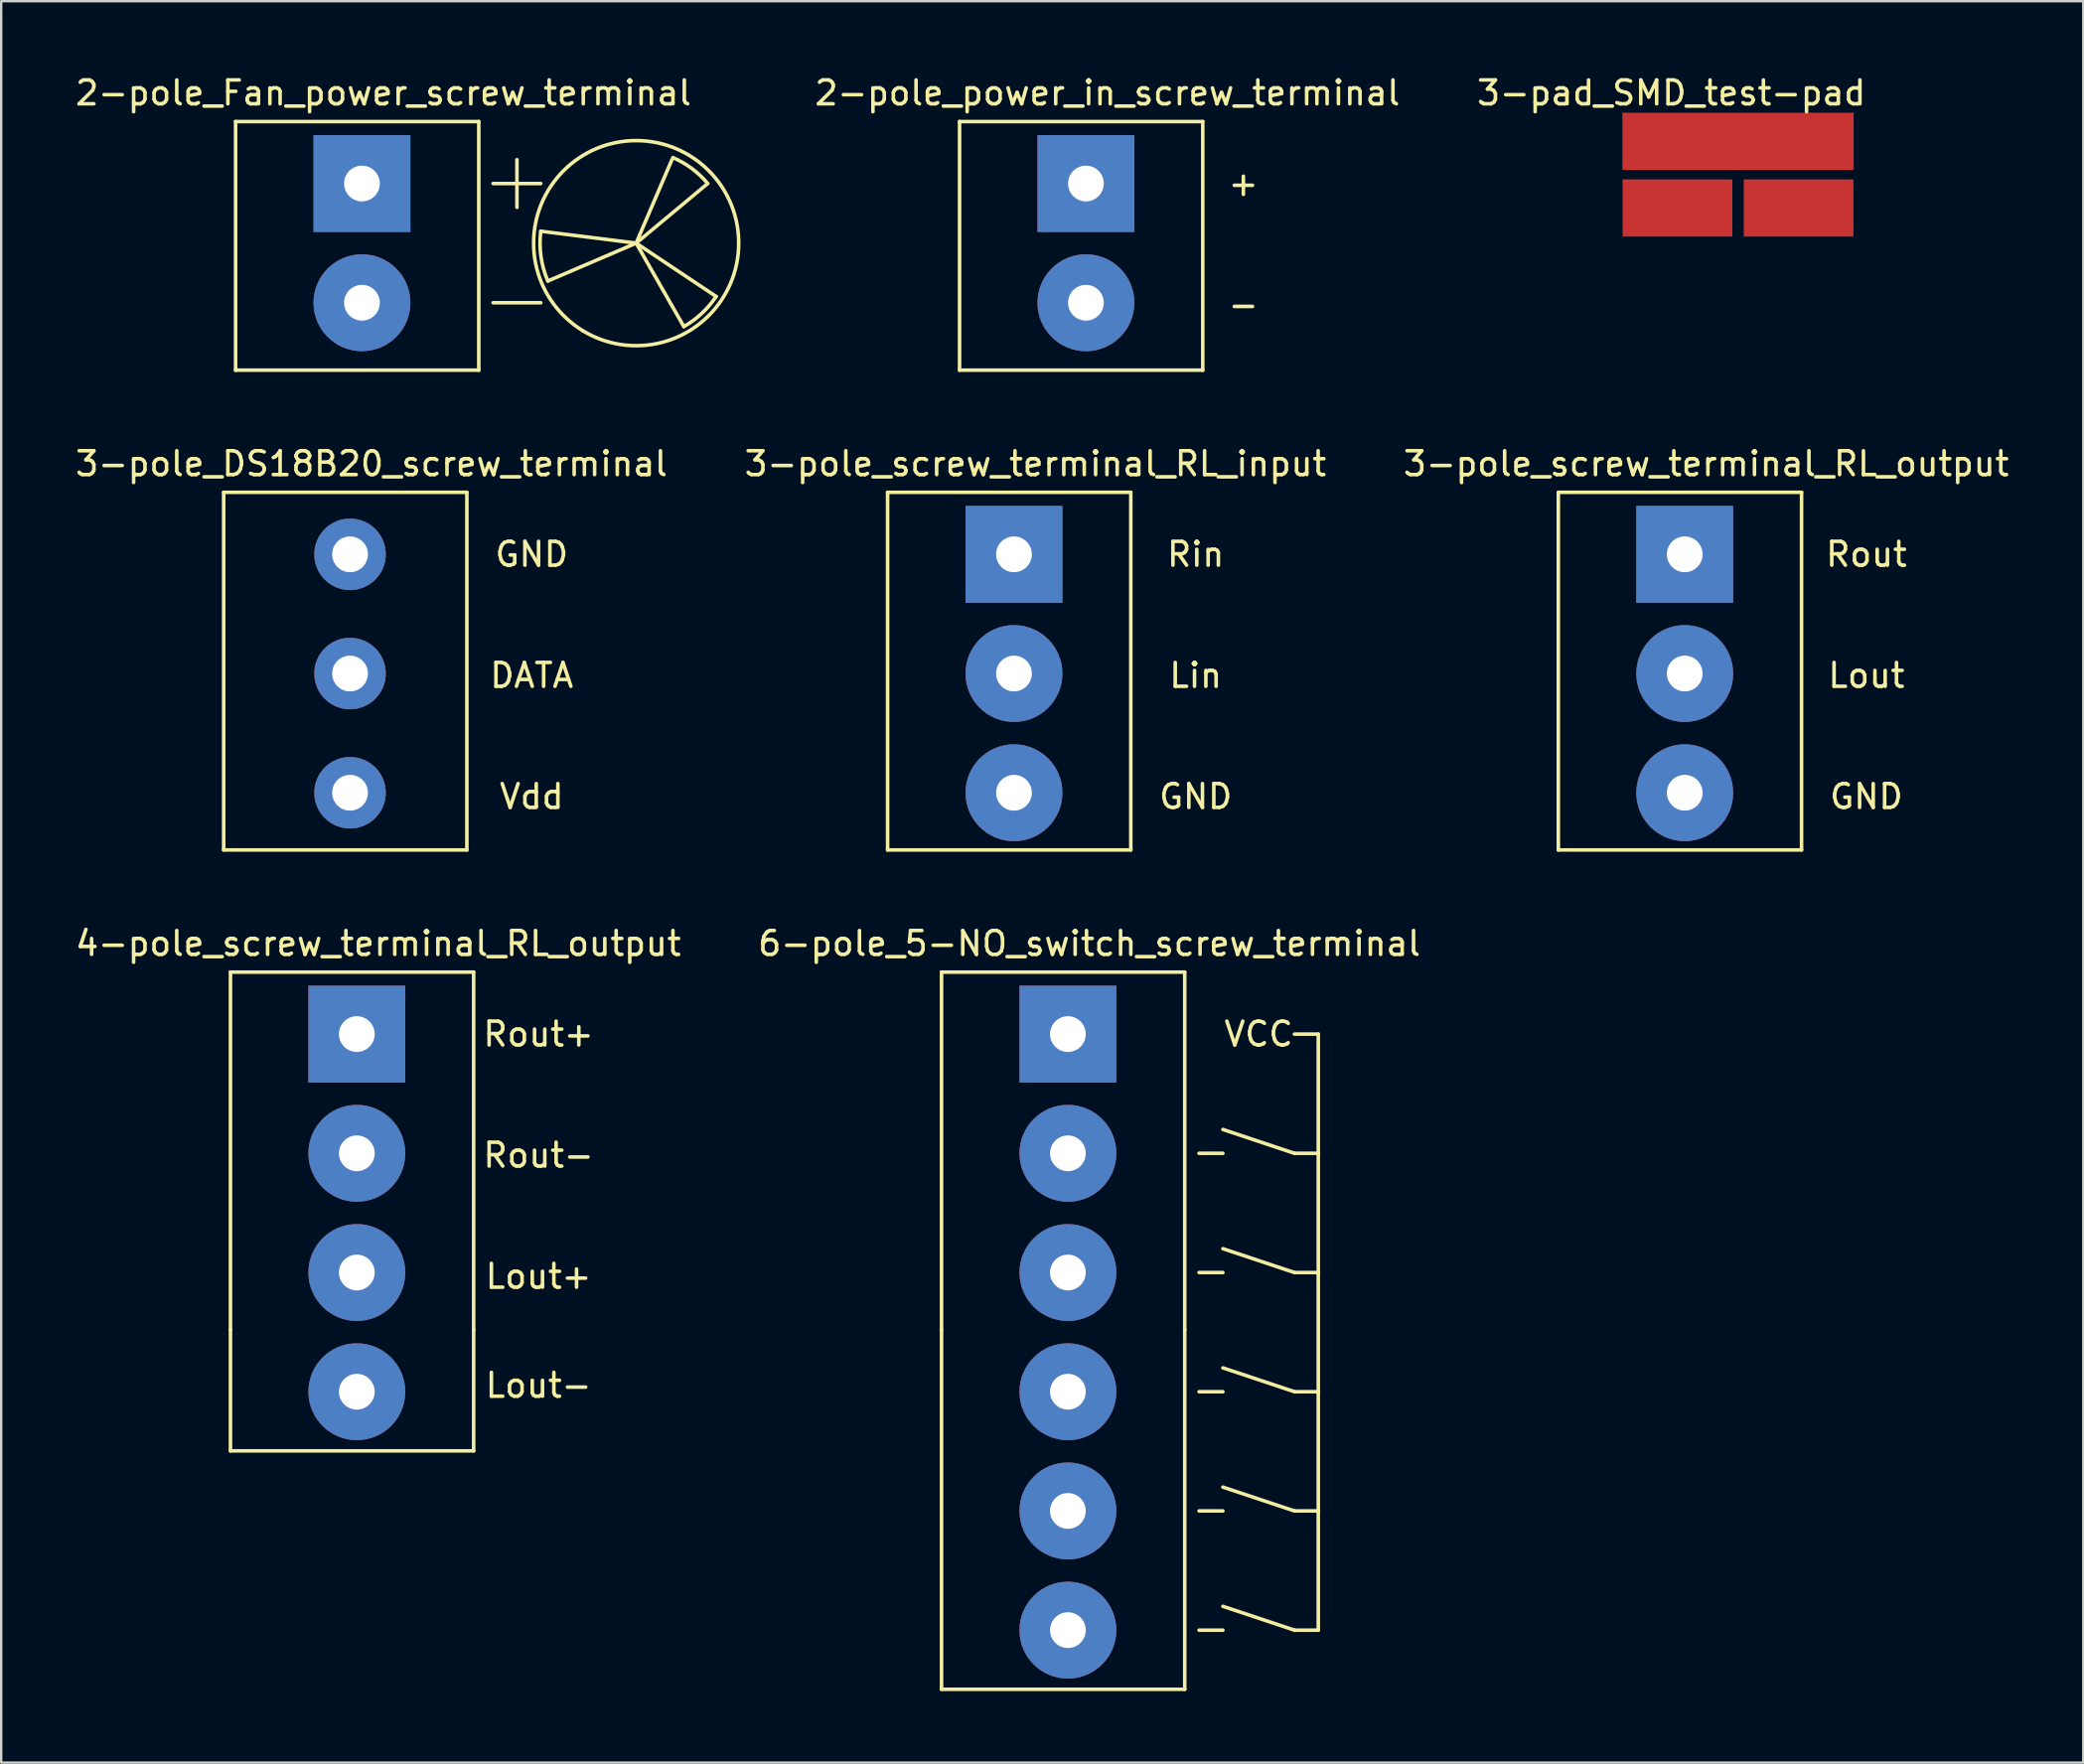
<source format=kicad_pcb>
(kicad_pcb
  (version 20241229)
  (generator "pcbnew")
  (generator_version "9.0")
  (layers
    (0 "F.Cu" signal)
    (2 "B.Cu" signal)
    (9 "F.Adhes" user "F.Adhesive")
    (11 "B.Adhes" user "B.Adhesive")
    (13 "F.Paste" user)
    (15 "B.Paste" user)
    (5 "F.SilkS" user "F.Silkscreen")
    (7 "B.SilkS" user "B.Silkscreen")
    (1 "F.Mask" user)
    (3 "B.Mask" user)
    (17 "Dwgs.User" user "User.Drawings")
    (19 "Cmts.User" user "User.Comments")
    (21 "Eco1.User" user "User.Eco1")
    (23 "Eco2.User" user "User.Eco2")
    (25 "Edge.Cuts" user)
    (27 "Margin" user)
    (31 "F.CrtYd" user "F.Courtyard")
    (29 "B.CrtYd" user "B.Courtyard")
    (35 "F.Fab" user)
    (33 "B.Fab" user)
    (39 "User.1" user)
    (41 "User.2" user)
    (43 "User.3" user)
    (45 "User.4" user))
  (footprint "2-pole_Fan_power_screw_terminal"
    (layer "F.Cu")
    (at 12.13 4.648)
    (property "Reference" "2-pole_Fan_power_screw_terminal" (at 0.9 -3.8 0) (layer "F.SilkS") (effects (font (size 1 1) (thickness 0.15))))
    (attr through_hole)
    (fp_line (start -5.3 -2.6) (end -5.3 7.828) (stroke (width 0.15) (type solid)) (layer "F.SilkS"))
    (fp_line (start -5.3 -2.6) (end 4.9 -2.6) (stroke (width 0.15) (type solid)) (layer "F.SilkS"))
    (fp_line (start 4.9 -2.6) (end 4.9 7.828) (stroke (width 0.15) (type solid)) (layer "F.SilkS"))
    (fp_line (start 4.9 7.828) (end -5.3 7.828) (stroke (width 0.15) (type solid)) (layer "F.SilkS"))
    (fp_line (start 5.5 0) (end 7.5 0) (stroke (width 0.15) (type solid)) (layer "F.SilkS"))
    (fp_line (start 5.5 5) (end 7.5 5) (stroke (width 0.15) (type solid)) (layer "F.SilkS"))
    (fp_line (start 6.5 1) (end 6.5 -1) (stroke (width 0.15) (type solid)) (layer "F.SilkS"))
    (fp_line (start 11.5 2.5) (end 7.5 2) (stroke (width 0.15) (type solid)) (layer "F.SilkS"))
    (fp_line (start 11.5 2.5) (end 7.795 4.088) (stroke (width 0.15) (type solid)) (layer "F.SilkS"))
    (fp_line (start 11.5 2.5) (end 13.5 6) (stroke (width 0.15) (type solid)) (layer "F.SilkS"))
    (fp_line (start 11.5 2.5) (end 14.5 0) (stroke (width 0.15) (type solid)) (layer "F.SilkS"))
    (fp_line (start 11.5 2.5) (end 14.854 4.736) (stroke (width 0.15) (type solid)) (layer "F.SilkS"))
    (fp_line (start 13 -1) (end 11.5 2.5) (stroke (width 0.15) (type solid)) (layer "F.SilkS"))
    (fp_arc (start 7.794809 4.08794) (mid 7.508464 3.063588) (end 7.500001 2.000001) (stroke (width 0.15) (type solid)) (layer "F.SilkS"))
    (fp_arc (start 13.038304 -1.089375) (mid 13.83361 -0.631175) (end 14.499999 0.000001) (stroke (width 0.15) (type solid)) (layer "F.SilkS"))
    (fp_arc (start 14.854101 4.736068) (mid 14.250632 5.446865) (end 13.499999 5.999999) (stroke (width 0.15) (type solid)) (layer "F.SilkS"))
    (fp_circle (center 11.5 2.5) (end 8 0) (stroke (width 0.15) (type solid)) (fill no) (layer "F.SilkS"))
    (pad "1" thru_hole rect (at 0 0) (size 4.064 4.064) (drill 1.5) (layers "*.Cu" "*.Mask"))
    (pad "2" thru_hole circle (at 0 5) (size 4.064 4.064) (drill 1.5) (layers "*.Cu" "*.Mask")))
  (footprint "2-pole_power_in_screw_terminal"
    (layer "F.Cu")
    (at 42.493 4.648)
    (property "Reference" "2-pole_power_in_screw_terminal" (at 0.9 -3.8 0) (layer "F.SilkS") (effects (font (size 1 1) (thickness 0.15))))
    (attr through_hole)
    (fp_line (start -5.3 -2.6) (end -5.3 7.828) (stroke (width 0.15) (type solid)) (layer "F.SilkS"))
    (fp_line (start -5.3 -2.6) (end 4.9 -2.6) (stroke (width 0.15) (type solid)) (layer "F.SilkS"))
    (fp_line (start 4.9 -2.6) (end 4.9 7.828) (stroke (width 0.15) (type solid)) (layer "F.SilkS"))
    (fp_line (start 4.9 7.828) (end -5.3 7.828) (stroke (width 0.15) (type solid)) (layer "F.SilkS"))
    (fp_text user "-" (at 6.604 5.08 0) (layer "F.SilkS") (effects (font (size 1 1) (thickness 0.15))))
    (fp_text user "+" (at 6.604 0 0) (layer "F.SilkS") (effects (font (size 1 1) (thickness 0.15))))
    (pad "1" thru_hole rect (at 0 0) (size 4.064 4.064) (drill 1.5) (layers "*.Cu" "*.Mask"))
    (pad "2" thru_hole circle (at 0 5) (size 4.064 4.064) (drill 1.5) (layers "*.Cu" "*.Mask")))
  (footprint "3-pole_DS18B20_screw_terminal"
    (layer "F.Cu")
    (at 11.63 20.2)
    (property "Reference" "3-pole_DS18B20_screw_terminal" (at 0.9 -3.8 0) (layer "F.SilkS") (effects (font (size 1 1) (thickness 0.15))))
    (attr through_hole)
    (fp_line (start -5.3 -2.6) (end 4.9 -2.6) (stroke (width 0.15) (type solid)) (layer "F.SilkS"))
    (fp_line (start -5.3 12.4) (end -5.3 -2.6) (stroke (width 0.15) (type solid)) (layer "F.SilkS"))
    (fp_line (start 4.9 -2.6) (end 4.9 12.4) (stroke (width 0.15) (type solid)) (layer "F.SilkS"))
    (fp_line (start 4.9 12.4) (end -5.3 12.4) (stroke (width 0.15) (type solid)) (layer "F.SilkS"))
    (fp_text user "Vdd" (at 7.62 10.16 0) (layer "F.SilkS") (effects (font (size 1 1) (thickness 0.15))))
    (fp_text user "DATA" (at 7.62 5.08 0) (layer "F.SilkS") (effects (font (size 1 1) (thickness 0.15))))
    (fp_text user "GND" (at 7.62 0 0) (layer "F.SilkS") (effects (font (size 1 1) (thickness 0.15))))
    (pad "1" thru_hole circle (at 0 0) (size 3 3) (drill 1.5) (layers "*.Cu" "*.Mask"))
    (pad "2" thru_hole circle (at 0 5) (size 3 3) (drill 1.5) (layers "*.Cu" "*.Mask"))
    (pad "3" thru_hole circle (at 0 10) (size 3 3) (drill 1.5) (layers "*.Cu" "*.Mask")))
  (footprint "6-pole_5-NO_switch_screw_terminal"
    (layer "F.Cu")
    (at 41.737 40.323)
    (property "Reference" "6-pole_5-NO_switch_screw_terminal" (at 0.9 -3.8 0) (layer "F.SilkS") (effects (font (size 1 1) (thickness 0.15))))
    (attr through_hole)
    (fp_line (start -5.3 -2.6) (end 4.9 -2.6) (stroke (width 0.15) (type solid)) (layer "F.SilkS"))
    (fp_line (start -5.3 12.4) (end -5.3 -2.6) (stroke (width 0.15) (type solid)) (layer "F.SilkS"))
    (fp_line (start -5.3 12.4) (end -5.3 27.48) (stroke (width 0.15) (type solid)) (layer "F.SilkS"))
    (fp_line (start 4.9 -2.6) (end 4.9 12.4) (stroke (width 0.15) (type solid)) (layer "F.SilkS"))
    (fp_line (start 4.9 27.48) (end -5.3 27.48) (stroke (width 0.15) (type solid)) (layer "F.SilkS"))
    (fp_line (start 4.9 27.48) (end 4.9 12.4) (stroke (width 0.15) (type solid)) (layer "F.SilkS"))
    (fp_line (start 5.5 5) (end 6.5 5) (stroke (width 0.15) (type solid)) (layer "F.SilkS"))
    (fp_line (start 5.5 10) (end 6.5 10) (stroke (width 0.15) (type solid)) (layer "F.SilkS"))
    (fp_line (start 5.5 15) (end 6.5 15) (stroke (width 0.15) (type solid)) (layer "F.SilkS"))
    (fp_line (start 5.5 20) (end 6.5 20) (stroke (width 0.15) (type solid)) (layer "F.SilkS"))
    (fp_line (start 5.5 25) (end 6.5 25) (stroke (width 0.15) (type solid)) (layer "F.SilkS"))
    (fp_line (start 6.5 4) (end 9.5 5) (stroke (width 0.15) (type solid)) (layer "F.SilkS"))
    (fp_line (start 6.5 9) (end 9.5 10) (stroke (width 0.15) (type solid)) (layer "F.SilkS"))
    (fp_line (start 6.5 14) (end 9.5 15) (stroke (width 0.15) (type solid)) (layer "F.SilkS"))
    (fp_line (start 6.5 19) (end 9.5 20) (stroke (width 0.15) (type solid)) (layer "F.SilkS"))
    (fp_line (start 6.5 24) (end 9.5 25) (stroke (width 0.15) (type solid)) (layer "F.SilkS"))
    (fp_line (start 9.5 5) (end 10.5 5) (stroke (width 0.15) (type solid)) (layer "F.SilkS"))
    (fp_line (start 9.5 10) (end 10.5 10) (stroke (width 0.15) (type solid)) (layer "F.SilkS"))
    (fp_line (start 9.5 15) (end 10.5 15) (stroke (width 0.15) (type solid)) (layer "F.SilkS"))
    (fp_line (start 9.5 20) (end 10.5 20) (stroke (width 0.15) (type solid)) (layer "F.SilkS"))
    (fp_line (start 9.5 25) (end 10.5 25) (stroke (width 0.15) (type solid)) (layer "F.SilkS"))
    (fp_line (start 10.5 0) (end 9.5 0) (stroke (width 0.15) (type solid)) (layer "F.SilkS"))
    (fp_line (start 10.5 5) (end 10.5 0) (stroke (width 0.15) (type solid)) (layer "F.SilkS"))
    (fp_line (start 10.5 10) (end 10.5 5) (stroke (width 0.15) (type solid)) (layer "F.SilkS"))
    (fp_line (start 10.5 15) (end 10.5 10) (stroke (width 0.15) (type solid)) (layer "F.SilkS"))
    (fp_line (start 10.5 20) (end 10.5 15) (stroke (width 0.15) (type solid)) (layer "F.SilkS"))
    (fp_line (start 10.5 25) (end 10.5 20) (stroke (width 0.15) (type solid)) (layer "F.SilkS"))
    (fp_text user "VCC" (at 8 0 0) (layer "F.SilkS") (effects (font (size 1 1) (thickness 0.15))))
    (pad "1" thru_hole rect (at 0 0) (size 4.064 4.064) (drill 1.5) (layers "*.Cu" "*.Mask"))
    (pad "2" thru_hole circle (at 0 5) (size 4.064 4.064) (drill 1.5) (layers "*.Cu" "*.Mask"))
    (pad "3" thru_hole circle (at 0 10) (size 4.064 4.064) (drill 1.5) (layers "*.Cu" "*.Mask"))
    (pad "4" thru_hole circle (at 0 15) (size 4.064 4.064) (drill 1.5) (layers "*.Cu" "*.Mask"))
    (pad "5" thru_hole circle (at 0 20) (size 4.064 4.064) (drill 1.5) (layers "*.Cu" "*.Mask"))
    (pad "6" thru_hole circle (at 0 25) (size 4.064 4.064) (drill 1.5) (layers "*.Cu" "*.Mask")))
  (footprint "3-pad_SMD_test-pad"
    (layer "F.Cu")
    (at 69.842 4.15)
    (property "Reference" "3-pad_SMD_test-pad" (at -2.794 -3.302 0) (layer "F.SilkS") (effects (font (size 1 1) (thickness 0.15))))
    (attr through_hole)
    (pad "1" smd rect (at -2.54 1.524) (size 4.6 2.4) (layers "F.Cu" "F.Mask" "F.Paste"))
    (pad "2" smd rect (at 2.54 1.524) (size 4.6 2.4) (layers "F.Cu" "F.Mask" "F.Paste"))
    (pad "3" smd rect (at 0 -1.27) (size 9.7 2.4) (layers "F.Cu" "F.Mask" "F.Paste")))
  (footprint "3-pole_screw_terminal_RL_input"
    (layer "F.Cu")
    (at 39.475 20.2)
    (property "Reference" "3-pole_screw_terminal_RL_input" (at 0.9 -3.8 0) (layer "F.SilkS") (effects (font (size 1 1) (thickness 0.15))))
    (attr through_hole)
    (fp_line (start -5.3 -2.6) (end 4.9 -2.6) (stroke (width 0.15) (type solid)) (layer "F.SilkS"))
    (fp_line (start -5.3 12.4) (end -5.3 -2.6) (stroke (width 0.15) (type solid)) (layer "F.SilkS"))
    (fp_line (start 4.9 -2.6) (end 4.9 12.4) (stroke (width 0.15) (type solid)) (layer "F.SilkS"))
    (fp_line (start 4.9 12.4) (end -5.3 12.4) (stroke (width 0.15) (type solid)) (layer "F.SilkS"))
    (fp_text user "GND" (at 7.62 10.16 0) (layer "F.SilkS") (effects (font (size 1 1) (thickness 0.15))))
    (fp_text user "Lin" (at 7.62 5.08 0) (layer "F.SilkS") (effects (font (size 1 1) (thickness 0.15))))
    (fp_text user "Rin" (at 7.62 0 0) (layer "F.SilkS") (effects (font (size 1 1) (thickness 0.15))))
    (pad "1" thru_hole rect (at 0 0) (size 4.064 4.064) (drill 1.5) (layers "*.Cu" "*.Mask"))
    (pad "2" thru_hole circle (at 0 5) (size 4.064 4.064) (drill 1.5) (layers "*.Cu" "*.Mask"))
    (pad "3" thru_hole circle (at 0 10) (size 4.064 4.064) (drill 1.5) (layers "*.Cu" "*.Mask")))
  (footprint "3-pole_screw_terminal_RL_output"
    (layer "F.Cu")
    (at 67.606 20.2)
    (property "Reference" "3-pole_screw_terminal_RL_output" (at 0.9 -3.8 0) (layer "F.SilkS") (effects (font (size 1 1) (thickness 0.15))))
    (attr through_hole)
    (fp_line (start -5.3 -2.6) (end 4.9 -2.6) (stroke (width 0.15) (type solid)) (layer "F.SilkS"))
    (fp_line (start -5.3 12.4) (end -5.3 -2.6) (stroke (width 0.15) (type solid)) (layer "F.SilkS"))
    (fp_line (start 4.9 -2.6) (end 4.9 12.4) (stroke (width 0.15) (type solid)) (layer "F.SilkS"))
    (fp_line (start 4.9 12.4) (end -5.3 12.4) (stroke (width 0.15) (type solid)) (layer "F.SilkS"))
    (fp_text user "Lout" (at 7.62 5.08 0) (layer "F.SilkS") (effects (font (size 1 1) (thickness 0.15))))
    (fp_text user "GND" (at 7.62 10.16 0) (layer "F.SilkS") (effects (font (size 1 1) (thickness 0.15))))
    (fp_text user "Rout" (at 7.62 0 0) (layer "F.SilkS") (effects (font (size 1 1) (thickness 0.15))))
    (pad "1" thru_hole rect (at 0 0) (size 4.064 4.064) (drill 1.5) (layers "*.Cu" "*.Mask"))
    (pad "2" thru_hole circle (at 0 5) (size 4.064 4.064) (drill 1.5) (layers "*.Cu" "*.Mask"))
    (pad "3" thru_hole circle (at 0 10) (size 4.064 4.064) (drill 1.5) (layers "*.Cu" "*.Mask")))
  (footprint "4-pole_screw_terminal_RL_output"
    (layer "F.Cu")
    (at 11.915 40.323)
    (property "Reference" "4-pole_screw_terminal_RL_output" (at 0.9 -3.8 0) (layer "F.SilkS") (effects (font (size 1 1) (thickness 0.15))))
    (attr through_hole)
    (fp_line (start -5.3 -2.6) (end 4.9 -2.6) (stroke (width 0.15) (type solid)) (layer "F.SilkS"))
    (fp_line (start -5.3 12.4) (end -5.3 -2.6) (stroke (width 0.15) (type solid)) (layer "F.SilkS"))
    (fp_line (start -5.3 12.4) (end -5.3 17.48) (stroke (width 0.15) (type solid)) (layer "F.SilkS"))
    (fp_line (start 4.9 -2.6) (end 4.9 12.4) (stroke (width 0.15) (type solid)) (layer "F.SilkS"))
    (fp_line (start 4.9 17.48) (end -5.3 17.48) (stroke (width 0.15) (type solid)) (layer "F.SilkS"))
    (fp_line (start 4.9 17.48) (end 4.9 12.4) (stroke (width 0.15) (type solid)) (layer "F.SilkS"))
    (fp_text user "Rout-" (at 7.62 5.08 0) (layer "F.SilkS") (effects (font (size 1 1) (thickness 0.15))))
    (fp_text user "Lout-" (at 7.62 14.732 0) (layer "F.SilkS") (effects (font (size 1 1) (thickness 0.15))))
    (fp_text user "Lout+" (at 7.62 10.16 0) (layer "F.SilkS") (effects (font (size 1 1) (thickness 0.15))))
    (fp_text user "Rout+" (at 7.62 0 0) (layer "F.SilkS") (effects (font (size 1 1) (thickness 0.15))))
    (pad "1" thru_hole rect (at 0 0) (size 4.064 4.064) (drill 1.5) (layers "*.Cu" "*.Mask"))
    (pad "2" thru_hole circle (at 0 5) (size 4.064 4.064) (drill 1.5) (layers "*.Cu" "*.Mask"))
    (pad "3" thru_hole circle (at 0 10) (size 4.064 4.064) (drill 1.5) (layers "*.Cu" "*.Mask"))
    (pad "4" thru_hole circle (at 0 15) (size 4.064 4.064) (drill 1.5) (layers "*.Cu" "*.Mask")))
  (gr_rect
    (start -3 -3)
    (end 84.321 70.878)
    (stroke (width 0.1) (type default))
    (fill no)
    (layer "Edge.Cuts")))
</source>
